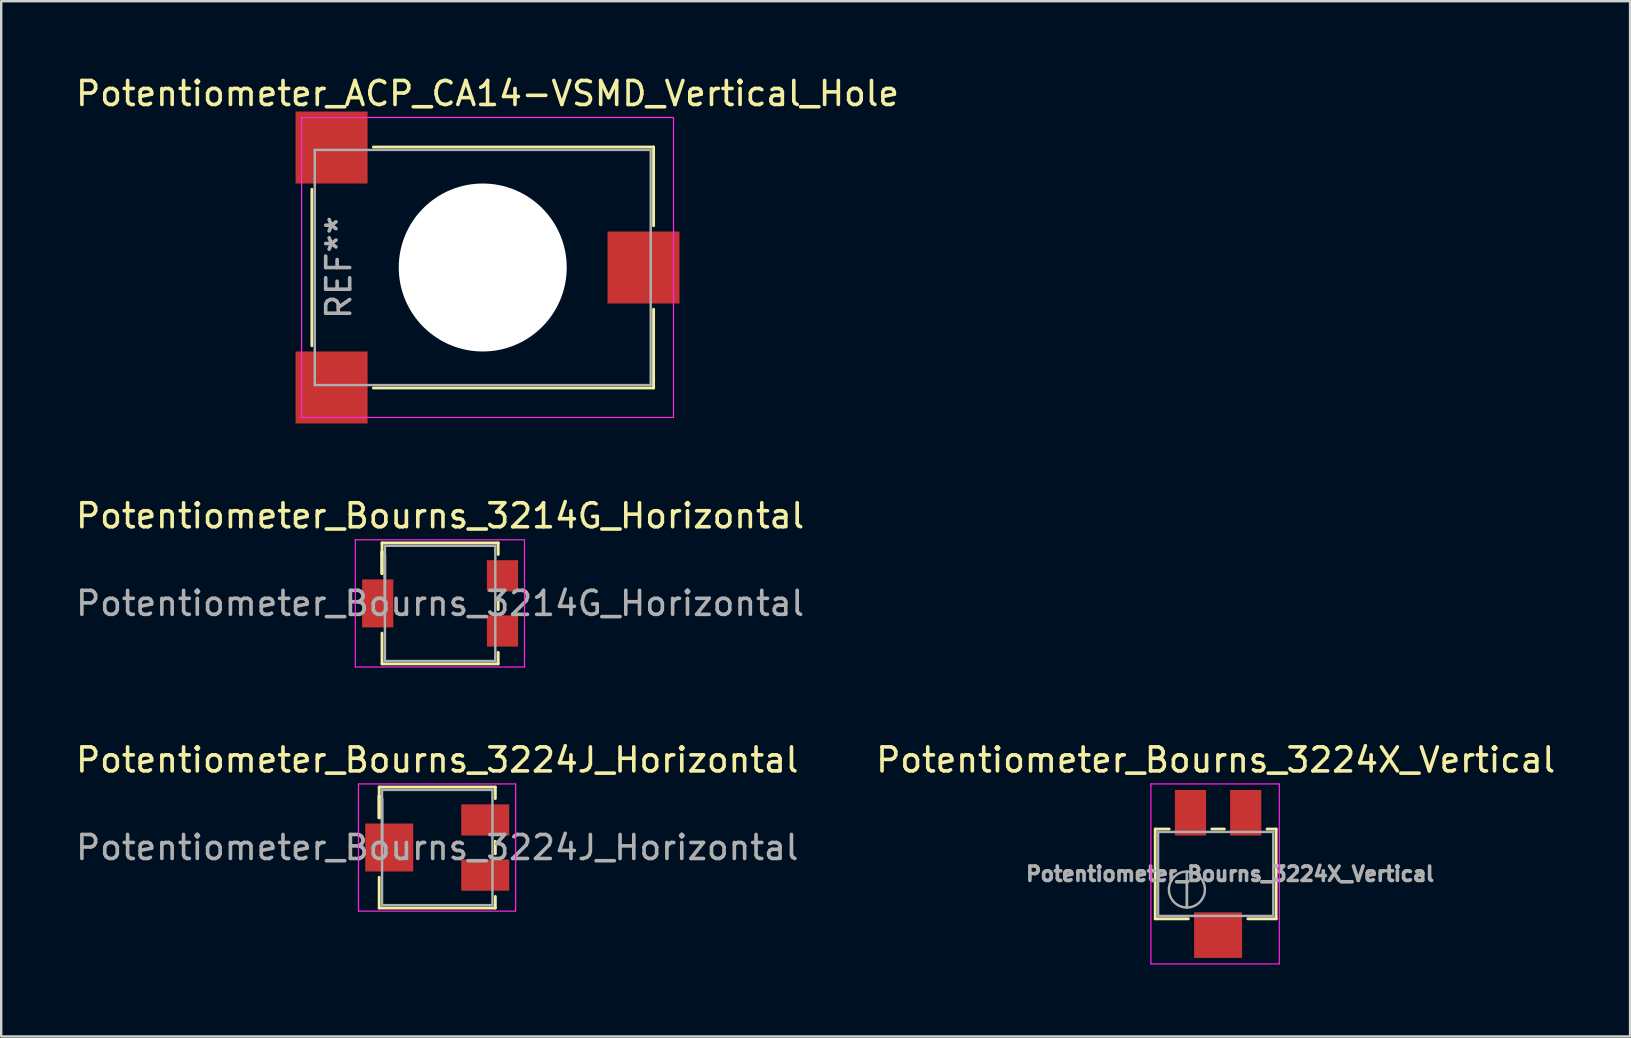
<source format=kicad_pcb>
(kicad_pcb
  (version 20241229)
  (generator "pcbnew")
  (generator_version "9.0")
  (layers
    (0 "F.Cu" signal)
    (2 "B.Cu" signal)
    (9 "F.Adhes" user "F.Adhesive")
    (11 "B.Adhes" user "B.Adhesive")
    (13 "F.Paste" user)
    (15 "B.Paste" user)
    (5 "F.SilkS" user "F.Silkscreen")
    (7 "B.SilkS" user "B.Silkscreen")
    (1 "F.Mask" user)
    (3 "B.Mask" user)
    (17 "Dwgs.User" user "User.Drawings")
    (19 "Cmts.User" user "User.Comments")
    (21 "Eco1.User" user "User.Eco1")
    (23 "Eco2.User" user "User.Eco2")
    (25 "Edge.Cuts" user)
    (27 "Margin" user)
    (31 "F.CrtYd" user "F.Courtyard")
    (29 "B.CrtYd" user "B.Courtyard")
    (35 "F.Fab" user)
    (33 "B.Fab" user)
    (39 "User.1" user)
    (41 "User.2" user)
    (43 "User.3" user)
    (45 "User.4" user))
  (footprint "Potentiometer_Bourns_3224X_Vertical"
    (layer "F.Cu")
    (at 47.713 32.52)
    (property "Reference" "Potentiometer_Bourns_3224X_Vertical" (at -0.1 -3.9 0) (layer "F.SilkS") (effects (font (size 1 1) (thickness 0.15))))
    (attr smd)
    (fp_line (start -2.62 -1.02) (end -2.62 2.72) (stroke (width 0.12) (type solid)) (layer "F.SilkS"))
    (fp_line (start -2.62 -1.02) (end -2.039 -1.02) (stroke (width 0.12) (type solid)) (layer "F.SilkS"))
    (fp_line (start -2.62 2.72) (end -1.24 2.72) (stroke (width 0.12) (type solid)) (layer "F.SilkS"))
    (fp_line (start -0.26 -1.02) (end 0.26 -1.02) (stroke (width 0.12) (type solid)) (layer "F.SilkS"))
    (fp_line (start 1.24 2.72) (end 2.42 2.72) (stroke (width 0.12) (type solid)) (layer "F.SilkS"))
    (fp_line (start 2.04 -1.02) (end 2.42 -1.02) (stroke (width 0.12) (type solid)) (layer "F.SilkS"))
    (fp_line (start 2.42 -1.02) (end 2.42 2.72) (stroke (width 0.12) (type solid)) (layer "F.SilkS"))
    (fp_line (start -2.8 -2.9) (end -2.8 4.6) (stroke (width 0.05) (type solid)) (layer "F.CrtYd"))
    (fp_line (start -2.8 4.6) (end 2.55 4.6) (stroke (width 0.05) (type solid)) (layer "F.CrtYd"))
    (fp_line (start 2.55 -2.9) (end -2.8 -2.9) (stroke (width 0.05) (type solid)) (layer "F.CrtYd"))
    (fp_line (start 2.55 4.6) (end 2.55 -2.9) (stroke (width 0.05) (type solid)) (layer "F.CrtYd"))
    (fp_line (start -2.5 -0.9) (end -2.5 2.6) (stroke (width 0.1) (type solid)) (layer "F.Fab"))
    (fp_line (start -2.5 2.6) (end 2.3 2.6) (stroke (width 0.1) (type solid)) (layer "F.Fab"))
    (fp_line (start -1.3 2.243) (end -1.299 0.758) (stroke (width 0.1) (type solid)) (layer "F.Fab"))
    (fp_line (start -1.3 2.243) (end -1.299 0.758) (stroke (width 0.1) (type solid)) (layer "F.Fab"))
    (fp_line (start 2.3 -0.9) (end -2.5 -0.9) (stroke (width 0.1) (type solid)) (layer "F.Fab"))
    (fp_line (start 2.3 2.6) (end 2.3 -0.9) (stroke (width 0.1) (type solid)) (layer "F.Fab"))
    (fp_circle (center -1.3 1.5) (end -0.55 1.5) (stroke (width 0.1) (type solid)) (fill no) (layer "F.Fab"))
    (fp_text user "${REFERENCE}" (at 0.5 0.85 0) (layer "F.Fab") (effects (font (size 0.6 0.6) (thickness 0.15))))
    (pad "1" smd rect (at 1.15 -1.7) (size 1.3 1.9) (layers "F.Cu" "F.Mask" "F.Paste"))
    (pad "2" smd rect (at 0 3.4) (size 2 1.9) (layers "F.Cu" "F.Mask" "F.Paste"))
    (pad "3" smd rect (at -1.15 -1.7) (size 1.3 1.9) (layers "F.Cu" "F.Mask" "F.Paste")))
  (footprint "Potentiometer_ACP_CA14-VSMD_Vertical_Hole"
    (layer "F.Cu")
    (at 17.268 8.098)
    (property "Reference" "Potentiometer_ACP_CA14-VSMD_Vertical_Hole" (at 0 -7.25 0) (layer "F.SilkS") (effects (font (size 1 1) (thickness 0.15))))
    (attr smd)
    (fp_line (start -7.32 -3.259) (end -7.32 3.26) (stroke (width 0.12) (type solid)) (layer "F.SilkS"))
    (fp_line (start -4.759 -5.021) (end 6.92 -5.021) (stroke (width 0.12) (type solid)) (layer "F.SilkS"))
    (fp_line (start -4.759 5.021) (end 6.92 5.021) (stroke (width 0.12) (type solid)) (layer "F.SilkS"))
    (fp_line (start 6.92 -5.021) (end 6.92 -1.74) (stroke (width 0.12) (type solid)) (layer "F.SilkS"))
    (fp_line (start 6.92 1.74) (end 6.92 5.021) (stroke (width 0.12) (type solid)) (layer "F.SilkS"))
    (fp_line (start -7.75 -6.25) (end -7.75 6.25) (stroke (width 0.05) (type solid)) (layer "F.CrtYd"))
    (fp_line (start -7.75 6.25) (end 7.75 6.25) (stroke (width 0.05) (type solid)) (layer "F.CrtYd"))
    (fp_line (start 7.75 -6.25) (end -7.75 -6.25) (stroke (width 0.05) (type solid)) (layer "F.CrtYd"))
    (fp_line (start 7.75 6.25) (end 7.75 -6.25) (stroke (width 0.05) (type solid)) (layer "F.CrtYd"))
    (fp_line (start -7.2 -4.9) (end -7.2 4.9) (stroke (width 0.1) (type solid)) (layer "F.Fab"))
    (fp_line (start -7.2 4.9) (end 6.8 4.9) (stroke (width 0.1) (type solid)) (layer "F.Fab"))
    (fp_line (start 6.8 -4.9) (end -7.2 -4.9) (stroke (width 0.1) (type solid)) (layer "F.Fab"))
    (fp_line (start 6.8 4.9) (end 6.8 -4.9) (stroke (width 0.1) (type solid)) (layer "F.Fab"))
    (fp_text user "REF**" (at -6.2 0 90) (layer "F.Fab") (effects (font (size 1 1) (thickness 0.15))))
    (pad "" np_thru_hole circle (at -0.2 0) (size 7 7) (drill 7) (layers "*.Cu" "*.Mask"))
    (pad "1" smd rect (at -6.5 5) (size 3 3) (layers "F.Cu" "F.Mask"))
    (pad "2" smd rect (at 6.5 0) (size 3 3) (layers "F.Cu" "F.Mask"))
    (pad "3" smd rect (at -6.5 -5) (size 3 3) (layers "F.Cu" "F.Mask")))
  (footprint "Potentiometer_Bourns_3224J_Horizontal"
    (layer "F.Cu")
    (at 15.839 32.27)
    (property "Reference" "Potentiometer_Bourns_3224J_Horizontal" (at -0.667 -3.65 0) (layer "F.SilkS") (effects (font (size 1 1) (thickness 0.15))))
    (attr smd)
    (fp_line (start -3.087 -2.52) (end -3.087 -1.24) (stroke (width 0.12) (type solid)) (layer "F.SilkS"))
    (fp_line (start -3.087 -2.52) (end 1.753 -2.52) (stroke (width 0.12) (type solid)) (layer "F.SilkS"))
    (fp_line (start -3.087 -2.14) (end -3.087 -2.14) (stroke (width 0.12) (type solid)) (layer "F.SilkS"))
    (fp_line (start -3.087 -2.14) (end -3.087 -1.24) (stroke (width 0.12) (type solid)) (layer "F.SilkS"))
    (fp_line (start -3.087 -2.14) (end -3.087 -1.24) (stroke (width 0.12) (type solid)) (layer "F.SilkS"))
    (fp_line (start -3.087 1.24) (end -3.087 2.52) (stroke (width 0.12) (type solid)) (layer "F.SilkS"))
    (fp_line (start -3.087 2.52) (end 1.753 2.52) (stroke (width 0.12) (type solid)) (layer "F.SilkS"))
    (fp_line (start 1.753 -2.52) (end 1.753 -2.04) (stroke (width 0.12) (type solid)) (layer "F.SilkS"))
    (fp_line (start 1.753 -0.26) (end 1.753 0.26) (stroke (width 0.12) (type solid)) (layer "F.SilkS"))
    (fp_line (start 1.753 2.04) (end 1.753 2.52) (stroke (width 0.12) (type solid)) (layer "F.SilkS"))
    (fp_line (start -3.95 -2.65) (end -3.95 2.65) (stroke (width 0.05) (type solid)) (layer "F.CrtYd"))
    (fp_line (start -3.95 2.65) (end 2.6 2.65) (stroke (width 0.05) (type solid)) (layer "F.CrtYd"))
    (fp_line (start 2.6 -2.65) (end -3.95 -2.65) (stroke (width 0.05) (type solid)) (layer "F.CrtYd"))
    (fp_line (start 2.6 2.65) (end 2.6 -2.65) (stroke (width 0.05) (type solid)) (layer "F.CrtYd"))
    (fp_line (start -2.967 -2.4) (end -2.967 2.4) (stroke (width 0.1) (type solid)) (layer "F.Fab"))
    (fp_line (start -2.967 -2.02) (end -2.967 -2.02) (stroke (width 0.1) (type solid)) (layer "F.Fab"))
    (fp_line (start -2.967 -2.02) (end -2.967 -0.24) (stroke (width 0.1) (type solid)) (layer "F.Fab"))
    (fp_line (start -2.967 -1.13) (end -2.967 -1.13) (stroke (width 0.1) (type solid)) (layer "F.Fab"))
    (fp_line (start -2.967 -0.24) (end -2.967 -2.02) (stroke (width 0.1) (type solid)) (layer "F.Fab"))
    (fp_line (start -2.967 -0.24) (end -2.967 -0.24) (stroke (width 0.1) (type solid)) (layer "F.Fab"))
    (fp_line (start -2.967 2.4) (end 1.633 2.4) (stroke (width 0.1) (type solid)) (layer "F.Fab"))
    (fp_line (start 1.633 -2.4) (end -2.967 -2.4) (stroke (width 0.1) (type solid)) (layer "F.Fab"))
    (fp_line (start 1.633 2.4) (end 1.633 -2.4) (stroke (width 0.1) (type solid)) (layer "F.Fab"))
    (fp_text user "${REFERENCE}" (at -0.667 0 0) (layer "F.Fab") (effects (font (size 1 1) (thickness 0.15))))
    (pad "1" smd rect (at 1.333 -1.15) (size 2 1.3) (layers "F.Cu" "F.Mask" "F.Paste"))
    (pad "2" smd rect (at -2.667 0) (size 2 2) (layers "F.Cu" "F.Mask" "F.Paste"))
    (pad "3" smd rect (at 1.333 1.15) (size 2 1.3) (layers "F.Cu" "F.Mask" "F.Paste")))
  (footprint "Potentiometer_Bourns_3214G_Horizontal"
    (layer "F.Cu")
    (at 16.158 22.096)
    (property "Reference" "Potentiometer_Bourns_3214G_Horizontal" (at -0.867 -3.65 0) (layer "F.SilkS") (effects (font (size 1 1) (thickness 0.15))))
    (attr smd)
    (fp_line (start -3.287 -2.52) (end -3.287 -1.24) (stroke (width 0.12) (type solid)) (layer "F.SilkS"))
    (fp_line (start -3.287 -2.52) (end 1.553 -2.52) (stroke (width 0.12) (type solid)) (layer "F.SilkS"))
    (fp_line (start -3.287 -2.14) (end -3.287 -2.14) (stroke (width 0.12) (type solid)) (layer "F.SilkS"))
    (fp_line (start -3.287 -2.14) (end -3.287 -1.24) (stroke (width 0.12) (type solid)) (layer "F.SilkS"))
    (fp_line (start -3.287 -2.14) (end -3.287 -1.24) (stroke (width 0.12) (type solid)) (layer "F.SilkS"))
    (fp_line (start -3.287 1.24) (end -3.287 2.52) (stroke (width 0.12) (type solid)) (layer "F.SilkS"))
    (fp_line (start -3.287 2.52) (end 1.553 2.52) (stroke (width 0.12) (type solid)) (layer "F.SilkS"))
    (fp_line (start 1.553 -2.52) (end 1.553 -2.04) (stroke (width 0.12) (type solid)) (layer "F.SilkS"))
    (fp_line (start 1.553 -0.26) (end 1.553 0.26) (stroke (width 0.12) (type solid)) (layer "F.SilkS"))
    (fp_line (start 1.553 2.04) (end 1.553 2.52) (stroke (width 0.12) (type solid)) (layer "F.SilkS"))
    (fp_line (start -4.4 -2.65) (end -4.4 2.65) (stroke (width 0.05) (type solid)) (layer "F.CrtYd"))
    (fp_line (start -4.4 2.65) (end 2.65 2.65) (stroke (width 0.05) (type solid)) (layer "F.CrtYd"))
    (fp_line (start 2.65 -2.65) (end -4.4 -2.65) (stroke (width 0.05) (type solid)) (layer "F.CrtYd"))
    (fp_line (start 2.65 2.65) (end 2.65 -2.65) (stroke (width 0.05) (type solid)) (layer "F.CrtYd"))
    (fp_line (start -3.167 -2.4) (end -3.167 2.4) (stroke (width 0.1) (type solid)) (layer "F.Fab"))
    (fp_line (start -3.167 -2.02) (end -3.167 -2.02) (stroke (width 0.1) (type solid)) (layer "F.Fab"))
    (fp_line (start -3.167 -2.02) (end -3.167 -0.24) (stroke (width 0.1) (type solid)) (layer "F.Fab"))
    (fp_line (start -3.167 -1.13) (end -3.167 -1.13) (stroke (width 0.1) (type solid)) (layer "F.Fab"))
    (fp_line (start -3.167 -0.24) (end -3.167 -2.02) (stroke (width 0.1) (type solid)) (layer "F.Fab"))
    (fp_line (start -3.167 -0.24) (end -3.167 -0.24) (stroke (width 0.1) (type solid)) (layer "F.Fab"))
    (fp_line (start -3.167 2.4) (end 1.433 2.4) (stroke (width 0.1) (type solid)) (layer "F.Fab"))
    (fp_line (start 1.433 -2.4) (end -3.167 -2.4) (stroke (width 0.1) (type solid)) (layer "F.Fab"))
    (fp_line (start 1.433 2.4) (end 1.433 -2.4) (stroke (width 0.1) (type solid)) (layer "F.Fab"))
    (fp_text user "${REFERENCE}" (at -0.867 0 0) (layer "F.Fab") (effects (font (size 1 1) (thickness 0.15))))
    (pad "1" smd rect (at 1.733 -1.15) (size 1.3 1.3) (layers "F.Cu" "F.Mask" "F.Paste"))
    (pad "2" smd rect (at -3.467 0) (size 1.3 2) (layers "F.Cu" "F.Mask" "F.Paste"))
    (pad "3" smd rect (at 1.733 1.15) (size 1.3 1.3) (layers "F.Cu" "F.Mask" "F.Paste")))
  (gr_rect
    (start -3 -3)
    (end 64.881 40.145)
    (stroke (width 0.1) (type default))
    (fill no)
    (layer "Edge.Cuts")))
</source>
